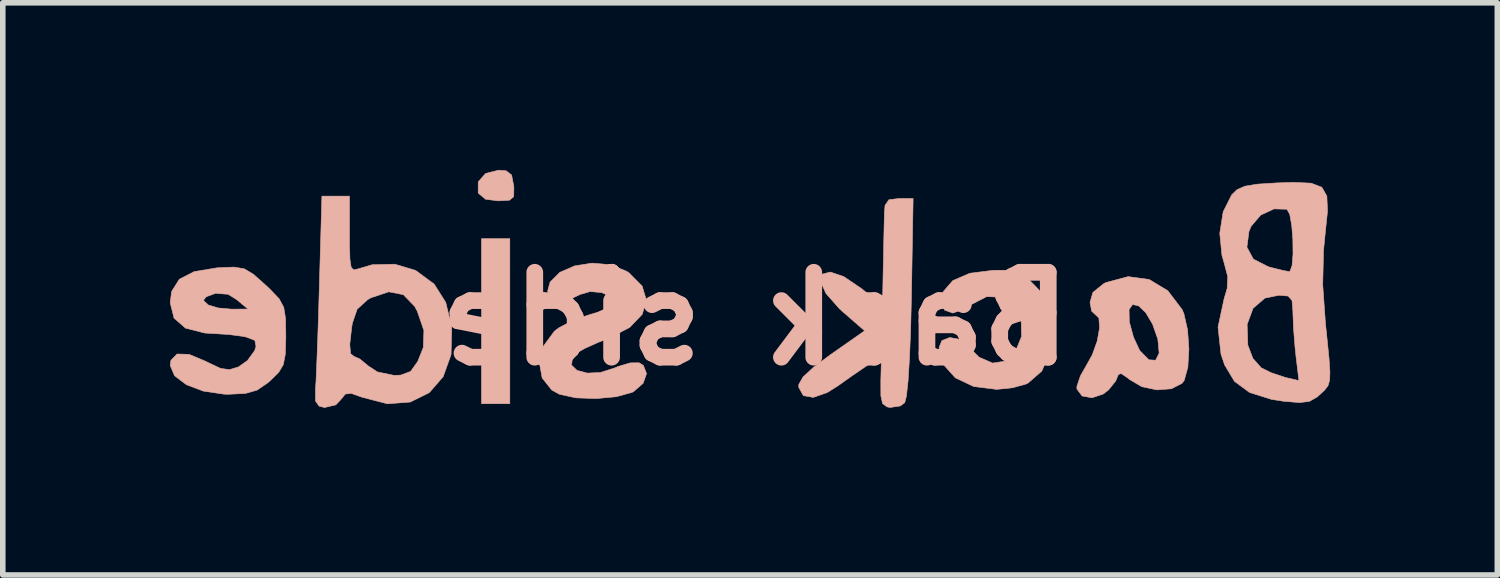
<source format=kicad_pcb>
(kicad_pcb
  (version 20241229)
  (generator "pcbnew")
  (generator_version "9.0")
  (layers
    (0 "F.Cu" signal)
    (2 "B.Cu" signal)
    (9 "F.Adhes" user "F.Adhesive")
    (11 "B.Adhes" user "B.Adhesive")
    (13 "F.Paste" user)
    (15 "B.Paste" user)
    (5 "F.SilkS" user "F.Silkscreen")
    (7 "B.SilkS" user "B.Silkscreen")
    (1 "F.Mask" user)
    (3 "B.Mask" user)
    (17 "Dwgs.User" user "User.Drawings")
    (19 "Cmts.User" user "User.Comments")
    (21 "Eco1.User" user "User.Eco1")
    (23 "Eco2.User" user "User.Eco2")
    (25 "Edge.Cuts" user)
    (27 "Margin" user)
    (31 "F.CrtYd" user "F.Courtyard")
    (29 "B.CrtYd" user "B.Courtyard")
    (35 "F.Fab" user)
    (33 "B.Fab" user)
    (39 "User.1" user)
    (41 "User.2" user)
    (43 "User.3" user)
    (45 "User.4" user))
  (footprint "Back side"
    (layer "F.Cu")
    (at 10.504 2.672)
    (property "Reference" "Back side" (at 0 0 180) (layer "B.SilkS") (effects (font (size 1.524 1.524) (thickness 0.3)) (justify mirror)))
    (attr through_hole)
    (fp_poly (pts (xy -4.911 1.524) (xy -4.403 1.524) (xy -4.403 -1.439) (xy -4.911 -1.439) (xy -4.911 1.524)) (stroke (width 0.01) (type solid)) (fill yes) (layer "B.SilkS"))
    (fp_poly (pts (xy -4.837 -2.609) (xy -4.97 -2.459) (xy -4.971 -2.26) (xy -4.969 -2.255) (xy -4.839 -2.146) (xy -4.612 -2.117) (xy -4.411 -2.128) (xy -4.333 -2.191) (xy -4.33 -2.354) (xy -4.334 -2.392) (xy -4.372 -2.583) (xy -4.471 -2.657) (xy -4.605 -2.667) (xy -4.837 -2.609)) (stroke (width 0.01) (type solid)) (fill yes) (layer "B.SilkS"))
    (fp_poly (pts (xy 4.272 -0.87) (xy 3.853 -0.817) (xy 3.549 -0.686) (xy 3.377 -0.488) (xy 3.344 -0.331) (xy 3.4 -0.155) (xy 3.549 -0.103) (xy 3.762 -0.178) (xy 3.864 -0.248) (xy 4.156 -0.398) (xy 4.423 -0.387) (xy 4.641 -0.222) (xy 4.776 0.052) (xy 4.782 0.319) (xy 4.674 0.583) (xy 4.491 0.76) (xy 4.262 0.795) (xy 4.018 0.689) (xy 3.826 0.495) (xy 3.673 0.37) (xy 3.495 0.336) (xy 3.352 0.392) (xy 3.302 0.514) (xy 3.379 0.821) (xy 3.594 1.06) (xy 3.922 1.215) (xy 4.335 1.267) (xy 4.616 1.239) (xy 4.858 1.173) (xy 4.901 1.152) (xy 5.146 0.938) (xy 5.286 0.615) (xy 5.331 0.189) (xy 5.318 -0.1) (xy 5.252 -0.305) (xy 5.103 -0.508) (xy 5.047 -0.569) (xy 4.871 -0.747) (xy 4.72 -0.839) (xy 4.525 -0.871) (xy 4.272 -0.87)) (stroke (width 0.01) (type solid)) (fill yes) (layer "B.SilkS"))
    (fp_poly (pts (xy 2.401 -2.137) (xy 2.332 -2.036) (xy 2.321 -1.905) (xy 2.316 -1.7) (xy 2.309 -1.387) (xy 2.302 -1.024) (xy 2.3 -0.942) (xy 2.286 -0.234) (xy 1.912 -0.54) (xy 1.59 -0.758) (xy 1.35 -0.839) (xy 1.206 -0.802) (xy 1.175 -0.667) (xy 1.272 -0.454) (xy 1.513 -0.181) (xy 1.575 -0.125) (xy 1.966 0.215) (xy 1.363 0.637) (xy 1.046 0.872) (xy 0.859 1.046) (xy 0.784 1.178) (xy 0.782 1.228) (xy 0.865 1.379) (xy 1.044 1.411) (xy 1.296 1.323) (xy 1.485 1.204) (xy 1.739 1.024) (xy 1.977 0.861) (xy 2.044 0.816) (xy 2.268 0.67) (xy 2.256 1.118) (xy 2.257 1.383) (xy 2.288 1.522) (xy 2.365 1.58) (xy 2.42 1.592) (xy 2.604 1.565) (xy 2.685 1.507) (xy 2.716 1.386) (xy 2.745 1.116) (xy 2.77 0.717) (xy 2.791 0.208) (xy 2.805 -0.381) (xy 2.836 -2.159) (xy 2.582 -2.159) (xy 2.401 -2.137)) (stroke (width 0.01) (type solid)) (fill yes) (layer "B.SilkS"))
    (fp_poly (pts (xy -3.241 -0.949) (xy -3.507 -0.833) (xy -3.68 -0.659) (xy -3.725 -0.495) (xy -3.657 -0.378) (xy -3.488 -0.336) (xy -3.271 -0.374) (xy -3.144 -0.436) (xy -2.962 -0.489) (xy -2.756 -0.471) (xy -2.594 -0.398) (xy -2.54 -0.303) (xy -2.618 -0.21) (xy -2.83 -0.116) (xy -2.97 -0.075) (xy -3.263 0.026) (xy -3.516 0.158) (xy -3.602 0.222) (xy -3.801 0.492) (xy -3.873 0.787) (xy -3.822 1.063) (xy -3.65 1.279) (xy -3.509 1.356) (xy -3.216 1.419) (xy -2.853 1.432) (xy -2.493 1.399) (xy -2.212 1.322) (xy -2.18 1.306) (xy -2.01 1.157) (xy -1.949 0.983) (xy -2.007 0.836) (xy -2.082 0.79) (xy -2.241 0.791) (xy -2.465 0.858) (xy -2.517 0.881) (xy -2.776 0.964) (xy -3.013 0.975) (xy -3.198 0.926) (xy -3.296 0.83) (xy -3.277 0.7) (xy -3.195 0.609) (xy -3.061 0.533) (xy -2.825 0.427) (xy -2.616 0.344) (xy -2.251 0.154) (xy -2.027 -0.079) (xy -1.951 -0.333) (xy -2.028 -0.587) (xy -2.262 -0.823) (xy -2.309 -0.854) (xy -2.601 -0.971) (xy -2.926 -0.999) (xy -3.241 -0.949)) (stroke (width 0.01) (type solid)) (fill yes) (layer "B.SilkS"))
    (fp_poly (pts (xy 6.298 -0.651) (xy 6.261 -0.633) (xy 6.063 -0.474) (xy 6.011 -0.294) (xy 6.041 -0.136) (xy 6.096 -0.085) (xy 6.17 -0.015) (xy 6.183 0.162) (xy 6.141 0.398) (xy 6.052 0.646) (xy 5.965 0.803) (xy 5.839 1.025) (xy 5.776 1.21) (xy 5.775 1.259) (xy 5.869 1.386) (xy 6.046 1.418) (xy 6.247 1.351) (xy 6.345 1.275) (xy 6.472 1.117) (xy 6.519 1.001) (xy 6.571 0.983) (xy 6.696 1.068) (xy 6.715 1.086) (xy 6.94 1.219) (xy 7.212 1.276) (xy 7.473 1.256) (xy 7.663 1.158) (xy 7.702 1.106) (xy 7.767 0.871) (xy 7.782 0.615) (xy 7.252 0.615) (xy 7.189 0.744) (xy 7.067 0.736) (xy 6.909 0.576) (xy 6.898 0.559) (xy 6.792 0.332) (xy 6.718 0.061) (xy 6.716 0.051) (xy 6.712 -0.166) (xy 6.775 -0.256) (xy 6.882 -0.233) (xy 7.01 -0.112) (xy 7.133 0.094) (xy 7.228 0.364) (xy 7.252 0.615) (xy 7.782 0.615) (xy 7.786 0.545) (xy 7.762 0.2) (xy 7.696 -0.091) (xy 7.664 -0.166) (xy 7.407 -0.504) (xy 7.074 -0.705) (xy 6.695 -0.757) (xy 6.298 -0.651)) (stroke (width 0.01) (type solid)) (fill yes) (layer "B.SilkS"))
    (fp_poly (pts (xy -7.821 -0.614) (xy -7.836 -0.091) (xy -7.852 0.393) (xy -7.868 0.804) (xy -7.881 1.11) (xy -7.891 1.27) (xy -7.891 1.475) (xy -7.827 1.567) (xy -7.73 1.593) (xy -7.527 1.545) (xy -7.441 1.455) (xy -7.356 1.351) (xy -7.248 1.339) (xy -7.058 1.407) (xy -6.599 1.526) (xy -6.189 1.494) (xy -5.849 1.326) (xy -5.599 1.038) (xy -5.458 0.644) (xy -5.447 0.21) (xy -5.945 0.21) (xy -5.956 0.515) (xy -6.056 0.766) (xy -6.184 0.945) (xy -6.363 1.011) (xy -6.479 1.016) (xy -6.778 0.955) (xy -6.943 0.847) (xy -7.094 0.722) (xy -7.197 0.677) (xy -7.262 0.626) (xy -7.276 0.458) (xy -7.241 0.152) (xy -7.229 0.078) (xy -7.143 -0.173) (xy -6.953 -0.345) (xy -6.897 -0.377) (xy -6.577 -0.484) (xy -6.314 -0.433) (xy -6.11 -0.222) (xy -6.064 -0.136) (xy -5.945 0.21) (xy -5.447 0.21) (xy -5.446 0.161) (xy -5.447 0.151) (xy -5.553 -0.294) (xy -5.761 -0.623) (xy -6.093 -0.867) (xy -6.102 -0.871) (xy -6.469 -0.98) (xy -6.875 -0.97) (xy -7.133 -0.894) (xy -7.206 -0.877) (xy -7.251 -0.925) (xy -7.273 -1.068) (xy -7.281 -1.337) (xy -7.281 -1.515) (xy -7.281 -2.201) (xy -7.776 -2.201) (xy -7.821 -0.614)) (stroke (width 0.01) (type solid)) (fill yes) (layer "B.SilkS"))
    (fp_poly (pts (xy -9.634 -0.916) (xy -9.656 -0.915) (xy -10.068 -0.847) (xy -10.335 -0.71) (xy -10.473 -0.491) (xy -10.499 -0.288) (xy -10.43 -0.012) (xy -10.224 0.168) (xy -9.878 0.256) (xy -9.739 0.264) (xy -9.447 0.282) (xy -9.19 0.316) (xy -9.133 0.328) (xy -8.979 0.388) (xy -8.959 0.496) (xy -8.983 0.572) (xy -9.112 0.75) (xy -9.274 0.864) (xy -9.435 0.913) (xy -9.597 0.89) (xy -9.826 0.782) (xy -9.858 0.765) (xy -10.161 0.638) (xy -10.375 0.632) (xy -10.486 0.745) (xy -10.499 0.837) (xy -10.42 1.023) (xy -10.209 1.183) (xy -9.901 1.299) (xy -9.532 1.353) (xy -9.453 1.355) (xy -9.15 1.34) (xy -8.941 1.281) (xy -8.753 1.153) (xy -8.701 1.108) (xy -8.552 0.962) (xy -8.469 0.824) (xy -8.433 0.637) (xy -8.424 0.344) (xy -8.424 0.297) (xy -8.429 -0.008) (xy -8.456 -0.175) (xy -9.102 -0.175) (xy -9.398 -0.173) (xy -9.636 -0.194) (xy -9.811 -0.246) (xy -9.819 -0.251) (xy -9.904 -0.331) (xy -9.851 -0.396) (xy -9.685 -0.457) (xy -9.459 -0.44) (xy -9.304 -0.343) (xy -9.102 -0.175) (xy -8.456 -0.175) (xy -8.461 -0.206) (xy -8.544 -0.359) (xy -8.704 -0.527) (xy -8.791 -0.608) (xy -9.006 -0.8) (xy -9.171 -0.898) (xy -9.356 -0.928) (xy -9.634 -0.916)) (stroke (width 0.01) (type solid)) (fill yes) (layer "B.SilkS"))
    (fp_poly (pts (xy 9.369 -2.439) (xy 9.017 -2.417) (xy 8.791 -2.38) (xy 8.649 -2.317) (xy 8.555 -2.226) (xy 8.401 -1.92) (xy 8.34 -1.534) (xy 8.38 -1.134) (xy 8.414 -1.019) (xy 8.483 -0.758) (xy 8.473 -0.543) (xy 8.418 -0.36) (xy 8.309 0.149) (xy 8.362 0.635) (xy 8.427 0.828) (xy 8.604 1.123) (xy 8.875 1.323) (xy 9.267 1.446) (xy 9.483 1.48) (xy 9.768 1.504) (xy 9.948 1.483) (xy 10.085 1.405) (xy 10.139 1.358) (xy 10.225 1.277) (xy 10.282 1.203) (xy 10.31 1.11) (xy 9.761 1.11) (xy 9.516 1.053) (xy 9.264 0.969) (xy 9.084 0.88) (xy 8.934 0.71) (xy 8.844 0.474) (xy 8.831 0.1) (xy 8.938 -0.189) (xy 9.15 -0.371) (xy 9.404 -0.423) (xy 9.567 -0.408) (xy 9.637 -0.328) (xy 9.653 -0.135) (xy 9.653 -0.106) (xy 9.664 0.172) (xy 9.691 0.511) (xy 9.707 0.661) (xy 9.761 1.11) (xy 10.31 1.11) (xy 10.312 1.105) (xy 10.317 0.952) (xy 10.301 0.711) (xy 10.265 0.351) (xy 10.237 0.082) (xy 10.188 -0.61) (xy 10.201 -1.163) (xy 9.655 -1.163) (xy 9.638 -0.955) (xy 9.6 -0.851) (xy 9.588 -0.847) (xy 9.472 -0.868) (xy 9.264 -0.92) (xy 9.208 -0.936) (xy 8.943 -1.071) (xy 8.827 -1.285) (xy 8.864 -1.568) (xy 8.904 -1.662) (xy 9.074 -1.861) (xy 9.314 -1.973) (xy 9.546 -1.966) (xy 9.596 -1.875) (xy 9.632 -1.675) (xy 9.652 -1.42) (xy 9.655 -1.163) (xy 10.201 -1.163) (xy 10.202 -1.223) (xy 10.232 -1.527) (xy 10.274 -1.933) (xy 10.262 -2.203) (xy 10.172 -2.361) (xy 9.98 -2.434) (xy 9.66 -2.449) (xy 9.369 -2.439)) (stroke (width 0.01) (type solid)) (fill yes) (layer "B.SilkS")))
  (gr_rect
    (start -3 -3)
    (end 23.826 7.27)
    (stroke (width 0.1) (type default))
    (fill no)
    (layer "Edge.Cuts")))
</source>
